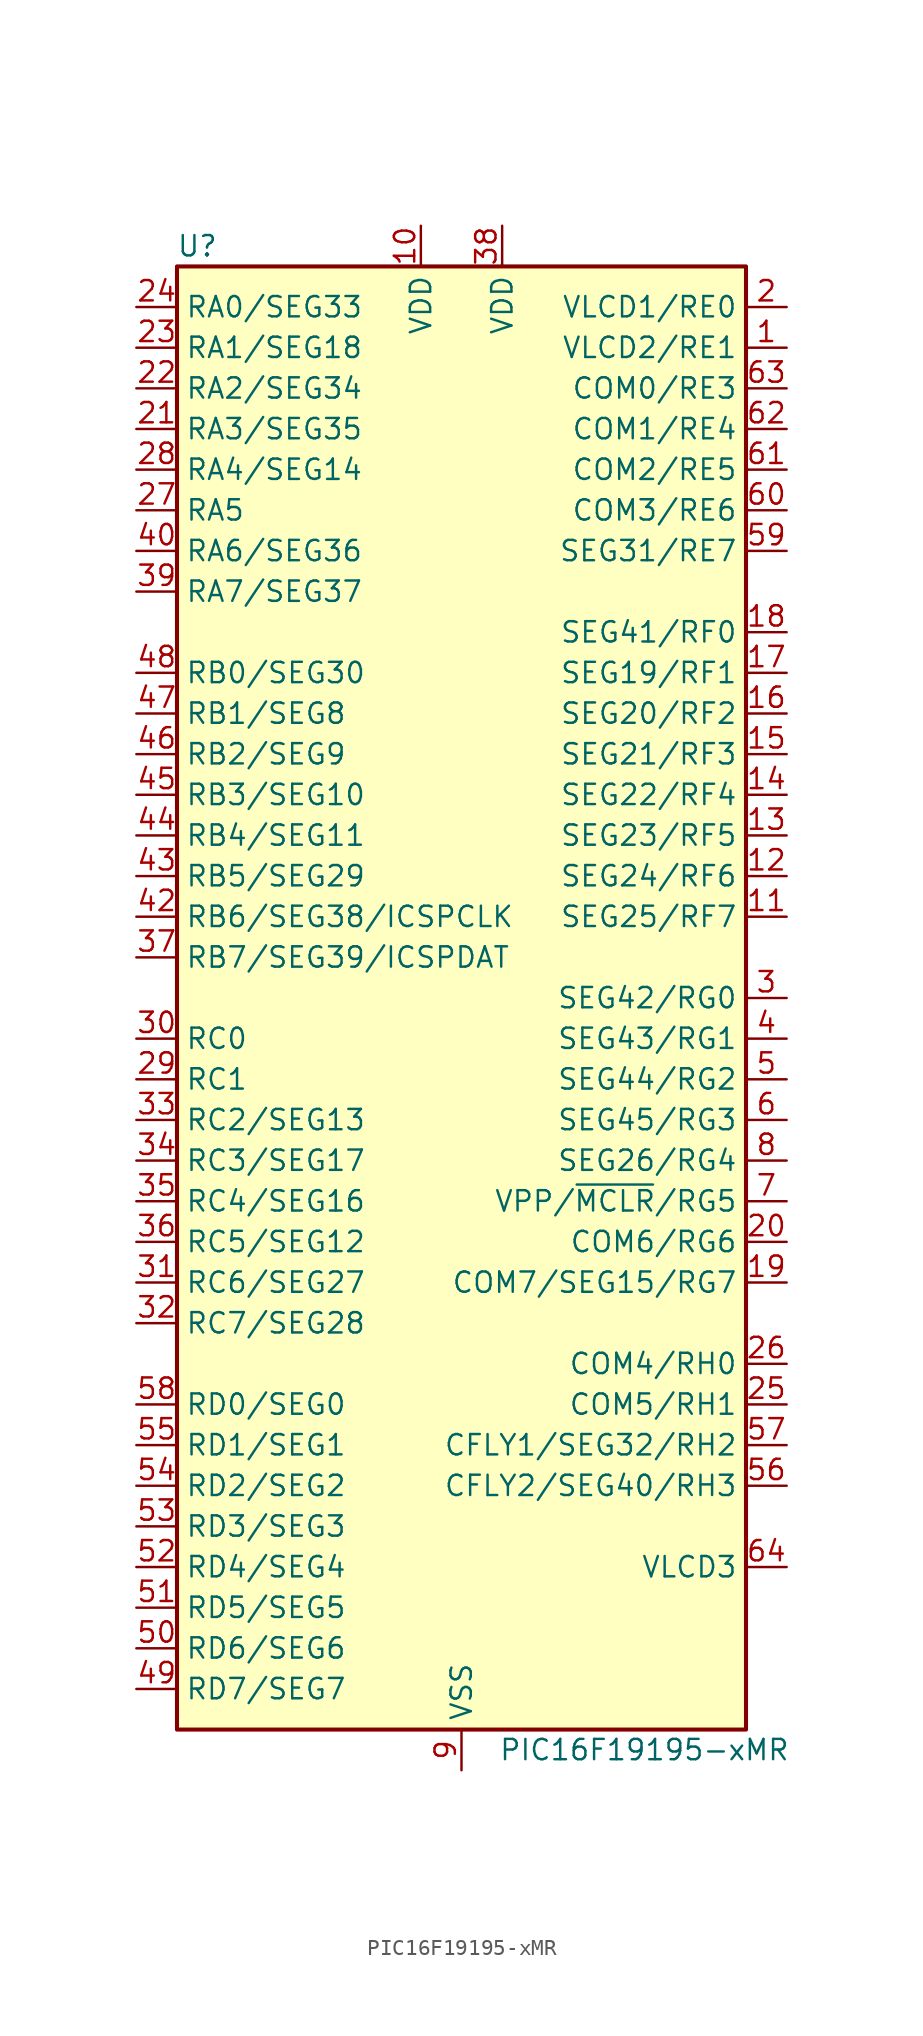
<source format=kicad_sym>
(kicad_symbol_lib
  (version 20201005)
  (generator kicad_symbol_editor)
  (symbol "PIC16F19195-xMR"
    (property "Reference" "U"
      (at -16.51 46.99 0)
      (effects (font (size 1.27 1.27))))
    (property "Value" "PIC16F19195-xMR"
      (at 11.43 -46.99 0)
      (effects (font (size 1.27 1.27))))
    (symbol "PIC16F19195-xMR_0_1"
      (rectangle (start -17.78 45.72) (end 17.78 -45.72) (stroke (width 0.254)) (fill (type background))))
    (symbol "PIC16F19195-xMR_1_1"
      (pin bidirectional line (at 20.32 40.64 180) (length 2.54) (name "VLCD2/RE1" (effects (font (size 1.27 1.27)))) (number "1" (effects (font (size 1.27 1.27)))))
      (pin power_in line (at -2.54 48.26 270) (length 2.54) (name "VDD" (effects (font (size 1.27 1.27)))) (number "10" (effects (font (size 1.27 1.27)))))
      (pin bidirectional line (at 20.32 5.08 180) (length 2.54) (name "SEG25/RF7" (effects (font (size 1.27 1.27)))) (number "11" (effects (font (size 1.27 1.27)))))
      (pin bidirectional line (at 20.32 7.62 180) (length 2.54) (name "SEG24/RF6" (effects (font (size 1.27 1.27)))) (number "12" (effects (font (size 1.27 1.27)))))
      (pin bidirectional line (at 20.32 10.16 180) (length 2.54) (name "SEG23/RF5" (effects (font (size 1.27 1.27)))) (number "13" (effects (font (size 1.27 1.27)))))
      (pin bidirectional line (at 20.32 12.7 180) (length 2.54) (name "SEG22/RF4" (effects (font (size 1.27 1.27)))) (number "14" (effects (font (size 1.27 1.27)))))
      (pin bidirectional line (at 20.32 15.24 180) (length 2.54) (name "SEG21/RF3" (effects (font (size 1.27 1.27)))) (number "15" (effects (font (size 1.27 1.27)))))
      (pin bidirectional line (at 20.32 17.78 180) (length 2.54) (name "SEG20/RF2" (effects (font (size 1.27 1.27)))) (number "16" (effects (font (size 1.27 1.27)))))
      (pin bidirectional line (at 20.32 20.32 180) (length 2.54) (name "SEG19/RF1" (effects (font (size 1.27 1.27)))) (number "17" (effects (font (size 1.27 1.27)))))
      (pin bidirectional line (at 20.32 22.86 180) (length 2.54) (name "SEG41/RF0" (effects (font (size 1.27 1.27)))) (number "18" (effects (font (size 1.27 1.27)))))
      (pin bidirectional line (at 20.32 -17.78 180) (length 2.54) (name "COM7/SEG15/RG7" (effects (font (size 1.27 1.27)))) (number "19" (effects (font (size 1.27 1.27)))))
      (pin bidirectional line (at 20.32 43.18 180) (length 2.54) (name "VLCD1/RE0" (effects (font (size 1.27 1.27)))) (number "2" (effects (font (size 1.27 1.27)))))
      (pin bidirectional line (at 20.32 -15.24 180) (length 2.54) (name "COM6/RG6" (effects (font (size 1.27 1.27)))) (number "20" (effects (font (size 1.27 1.27)))))
      (pin bidirectional line (at -20.32 35.56 0) (length 2.54) (name "RA3/SEG35" (effects (font (size 1.27 1.27)))) (number "21" (effects (font (size 1.27 1.27)))))
      (pin bidirectional line (at -20.32 38.1 0) (length 2.54) (name "RA2/SEG34" (effects (font (size 1.27 1.27)))) (number "22" (effects (font (size 1.27 1.27)))))
      (pin bidirectional line (at -20.32 40.64 0) (length 2.54) (name "RA1/SEG18" (effects (font (size 1.27 1.27)))) (number "23" (effects (font (size 1.27 1.27)))))
      (pin bidirectional line (at -20.32 43.18 0) (length 2.54) (name "RA0/SEG33" (effects (font (size 1.27 1.27)))) (number "24" (effects (font (size 1.27 1.27)))))
      (pin bidirectional line (at 20.32 -25.4 180) (length 2.54) (name "COM5/RH1" (effects (font (size 1.27 1.27)))) (number "25" (effects (font (size 1.27 1.27)))))
      (pin bidirectional line (at 20.32 -22.86 180) (length 2.54) (name "COM4/RH0" (effects (font (size 1.27 1.27)))) (number "26" (effects (font (size 1.27 1.27)))))
      (pin bidirectional line (at -20.32 30.48 0) (length 2.54) (name "RA5" (effects (font (size 1.27 1.27)))) (number "27" (effects (font (size 1.27 1.27)))))
      (pin bidirectional line (at -20.32 33.02 0) (length 2.54) (name "RA4/SEG14" (effects (font (size 1.27 1.27)))) (number "28" (effects (font (size 1.27 1.27)))))
      (pin bidirectional line (at -20.32 -5.08 0) (length 2.54) (name "RC1" (effects (font (size 1.27 1.27)))) (number "29" (effects (font (size 1.27 1.27)))))
      (pin bidirectional line (at 20.32 0 180) (length 2.54) (name "SEG42/RG0" (effects (font (size 1.27 1.27)))) (number "3" (effects (font (size 1.27 1.27)))))
      (pin bidirectional line (at -20.32 -2.54 0) (length 2.54) (name "RC0" (effects (font (size 1.27 1.27)))) (number "30" (effects (font (size 1.27 1.27)))))
      (pin bidirectional line (at -20.32 -17.78 0) (length 2.54) (name "RC6/SEG27" (effects (font (size 1.27 1.27)))) (number "31" (effects (font (size 1.27 1.27)))))
      (pin bidirectional line (at -20.32 -20.32 0) (length 2.54) (name "RC7/SEG28" (effects (font (size 1.27 1.27)))) (number "32" (effects (font (size 1.27 1.27)))))
      (pin bidirectional line (at -20.32 -7.62 0) (length 2.54) (name "RC2/SEG13" (effects (font (size 1.27 1.27)))) (number "33" (effects (font (size 1.27 1.27)))))
      (pin bidirectional line (at -20.32 -10.16 0) (length 2.54) (name "RC3/SEG17" (effects (font (size 1.27 1.27)))) (number "34" (effects (font (size 1.27 1.27)))))
      (pin bidirectional line (at -20.32 -12.7 0) (length 2.54) (name "RC4/SEG16" (effects (font (size 1.27 1.27)))) (number "35" (effects (font (size 1.27 1.27)))))
      (pin bidirectional line (at -20.32 -15.24 0) (length 2.54) (name "RC5/SEG12" (effects (font (size 1.27 1.27)))) (number "36" (effects (font (size 1.27 1.27)))))
      (pin bidirectional line (at -20.32 2.54 0) (length 2.54) (name "RB7/SEG39/ICSPDAT" (effects (font (size 1.27 1.27)))) (number "37" (effects (font (size 1.27 1.27)))))
      (pin power_in line (at 2.54 48.26 270) (length 2.54) (name "VDD" (effects (font (size 1.27 1.27)))) (number "38" (effects (font (size 1.27 1.27)))))
      (pin bidirectional line (at -20.32 25.4 0) (length 2.54) (name "RA7/SEG37" (effects (font (size 1.27 1.27)))) (number "39" (effects (font (size 1.27 1.27)))))
      (pin bidirectional line (at 20.32 -2.54 180) (length 2.54) (name "SEG43/RG1" (effects (font (size 1.27 1.27)))) (number "4" (effects (font (size 1.27 1.27)))))
      (pin bidirectional line (at -20.32 27.94 0) (length 2.54) (name "RA6/SEG36" (effects (font (size 1.27 1.27)))) (number "40" (effects (font (size 1.27 1.27)))))
      (pin passive line (at 0 -48.26 90) (length 2.54) hide (name "VSS" (effects (font (size 1.27 1.27)))) (number "41" (effects (font (size 1.27 1.27)))))
      (pin bidirectional line (at -20.32 5.08 0) (length 2.54) (name "RB6/SEG38/ICSPCLK" (effects (font (size 1.27 1.27)))) (number "42" (effects (font (size 1.27 1.27)))))
      (pin bidirectional line (at -20.32 7.62 0) (length 2.54) (name "RB5/SEG29" (effects (font (size 1.27 1.27)))) (number "43" (effects (font (size 1.27 1.27)))))
      (pin bidirectional line (at -20.32 10.16 0) (length 2.54) (name "RB4/SEG11" (effects (font (size 1.27 1.27)))) (number "44" (effects (font (size 1.27 1.27)))))
      (pin bidirectional line (at -20.32 12.7 0) (length 2.54) (name "RB3/SEG10" (effects (font (size 1.27 1.27)))) (number "45" (effects (font (size 1.27 1.27)))))
      (pin bidirectional line (at -20.32 15.24 0) (length 2.54) (name "RB2/SEG9" (effects (font (size 1.27 1.27)))) (number "46" (effects (font (size 1.27 1.27)))))
      (pin bidirectional line (at -20.32 17.78 0) (length 2.54) (name "RB1/SEG8" (effects (font (size 1.27 1.27)))) (number "47" (effects (font (size 1.27 1.27)))))
      (pin bidirectional line (at -20.32 20.32 0) (length 2.54) (name "RB0/SEG30" (effects (font (size 1.27 1.27)))) (number "48" (effects (font (size 1.27 1.27)))))
      (pin bidirectional line (at -20.32 -43.18 0) (length 2.54) (name "RD7/SEG7" (effects (font (size 1.27 1.27)))) (number "49" (effects (font (size 1.27 1.27)))))
      (pin bidirectional line (at 20.32 -5.08 180) (length 2.54) (name "SEG44/RG2" (effects (font (size 1.27 1.27)))) (number "5" (effects (font (size 1.27 1.27)))))
      (pin bidirectional line (at -20.32 -40.64 0) (length 2.54) (name "RD6/SEG6" (effects (font (size 1.27 1.27)))) (number "50" (effects (font (size 1.27 1.27)))))
      (pin bidirectional line (at -20.32 -38.1 0) (length 2.54) (name "RD5/SEG5" (effects (font (size 1.27 1.27)))) (number "51" (effects (font (size 1.27 1.27)))))
      (pin bidirectional line (at -20.32 -35.56 0) (length 2.54) (name "RD4/SEG4" (effects (font (size 1.27 1.27)))) (number "52" (effects (font (size 1.27 1.27)))))
      (pin bidirectional line (at -20.32 -33.02 0) (length 2.54) (name "RD3/SEG3" (effects (font (size 1.27 1.27)))) (number "53" (effects (font (size 1.27 1.27)))))
      (pin bidirectional line (at -20.32 -30.48 0) (length 2.54) (name "RD2/SEG2" (effects (font (size 1.27 1.27)))) (number "54" (effects (font (size 1.27 1.27)))))
      (pin bidirectional line (at -20.32 -27.94 0) (length 2.54) (name "RD1/SEG1" (effects (font (size 1.27 1.27)))) (number "55" (effects (font (size 1.27 1.27)))))
      (pin bidirectional line (at 20.32 -30.48 180) (length 2.54) (name "CFLY2/SEG40/RH3" (effects (font (size 1.27 1.27)))) (number "56" (effects (font (size 1.27 1.27)))))
      (pin bidirectional line (at 20.32 -27.94 180) (length 2.54) (name "CFLY1/SEG32/RH2" (effects (font (size 1.27 1.27)))) (number "57" (effects (font (size 1.27 1.27)))))
      (pin bidirectional line (at -20.32 -25.4 0) (length 2.54) (name "RD0/SEG0" (effects (font (size 1.27 1.27)))) (number "58" (effects (font (size 1.27 1.27)))))
      (pin bidirectional line (at 20.32 27.94 180) (length 2.54) (name "SEG31/RE7" (effects (font (size 1.27 1.27)))) (number "59" (effects (font (size 1.27 1.27)))))
      (pin bidirectional line (at 20.32 -7.62 180) (length 2.54) (name "SEG45/RG3" (effects (font (size 1.27 1.27)))) (number "6" (effects (font (size 1.27 1.27)))))
      (pin bidirectional line (at 20.32 30.48 180) (length 2.54) (name "COM3/RE6" (effects (font (size 1.27 1.27)))) (number "60" (effects (font (size 1.27 1.27)))))
      (pin bidirectional line (at 20.32 33.02 180) (length 2.54) (name "COM2/RE5" (effects (font (size 1.27 1.27)))) (number "61" (effects (font (size 1.27 1.27)))))
      (pin bidirectional line (at 20.32 35.56 180) (length 2.54) (name "COM1/RE4" (effects (font (size 1.27 1.27)))) (number "62" (effects (font (size 1.27 1.27)))))
      (pin bidirectional line (at 20.32 38.1 180) (length 2.54) (name "COM0/RE3" (effects (font (size 1.27 1.27)))) (number "63" (effects (font (size 1.27 1.27)))))
      (pin input line (at 20.32 -35.56 180) (length 2.54) (name "VLCD3" (effects (font (size 1.27 1.27)))) (number "64" (effects (font (size 1.27 1.27)))))
      (pin passive line (at 0 -48.26 90) (length 2.54) hide (name "VSS" (effects (font (size 1.27 1.27)))) (number "65" (effects (font (size 1.27 1.27)))))
      (pin bidirectional line (at 20.32 -12.7 180) (length 2.54) (name "VPP/~MCLR~/RG5" (effects (font (size 1.27 1.27)))) (number "7" (effects (font (size 1.27 1.27)))))
      (pin bidirectional line (at 20.32 -10.16 180) (length 2.54) (name "SEG26/RG4" (effects (font (size 1.27 1.27)))) (number "8" (effects (font (size 1.27 1.27)))))
      (pin power_in line (at 0 -48.26 90) (length 2.54) (name "VSS" (effects (font (size 1.27 1.27)))) (number "9" (effects (font (size 1.27 1.27))))))))
</source>
